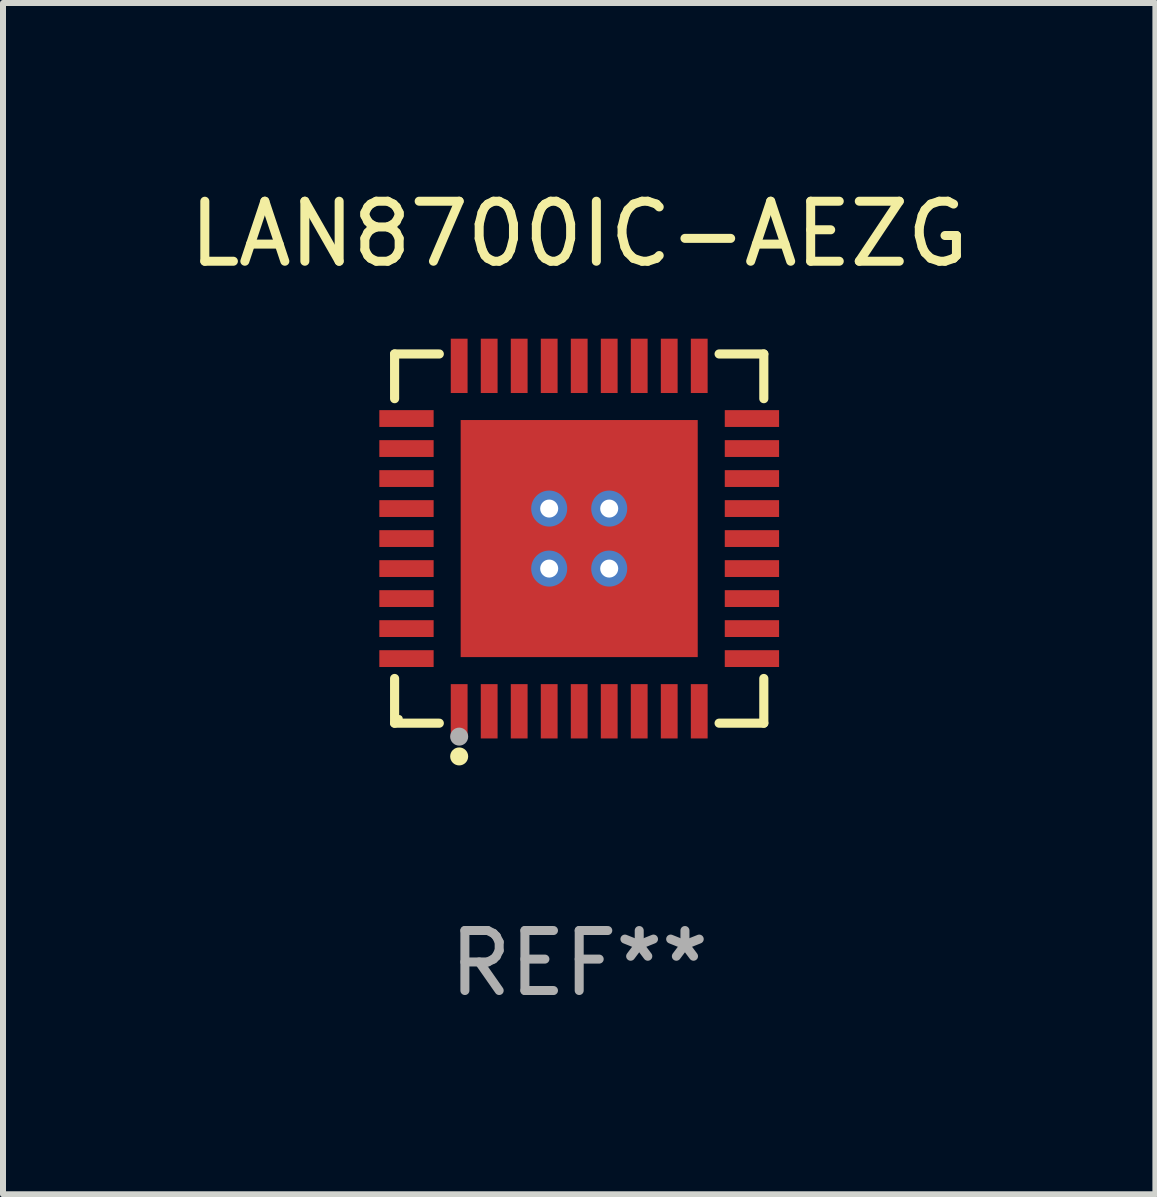
<source format=kicad_pcb>
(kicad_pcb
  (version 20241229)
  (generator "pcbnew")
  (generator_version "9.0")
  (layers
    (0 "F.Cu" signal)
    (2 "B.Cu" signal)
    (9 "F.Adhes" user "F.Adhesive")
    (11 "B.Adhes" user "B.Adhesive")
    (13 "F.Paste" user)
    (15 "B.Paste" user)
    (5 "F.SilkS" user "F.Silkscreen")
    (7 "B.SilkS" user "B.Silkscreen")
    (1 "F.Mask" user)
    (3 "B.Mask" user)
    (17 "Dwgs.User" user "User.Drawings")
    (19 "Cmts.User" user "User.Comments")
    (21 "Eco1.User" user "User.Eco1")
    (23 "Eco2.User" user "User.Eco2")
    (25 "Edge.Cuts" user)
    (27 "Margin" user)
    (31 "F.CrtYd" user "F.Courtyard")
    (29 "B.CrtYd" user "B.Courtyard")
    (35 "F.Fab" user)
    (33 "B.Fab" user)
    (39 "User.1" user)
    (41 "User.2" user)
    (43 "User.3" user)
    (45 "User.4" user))
  (footprint "LAN8700IC-AEZG"
    (layer "F.Cu")
    (at 6.601 5.924)
    (property "Reference" "LAN8700IC-AEZG" (at 0 -5.076 0) (layer "F.SilkS") (effects (font (size 1 1) (thickness 0.15))))
    (attr through_hole)
    (fp_line (start -3.076 -3.076) (end -2.331 -3.076) (stroke (width 0.152) (type solid)) (layer "F.SilkS"))
    (fp_line (start -3.076 -2.331) (end -3.076 -3.076) (stroke (width 0.152) (type solid)) (layer "F.SilkS"))
    (fp_line (start -3.076 2.331) (end -3.076 3.076) (stroke (width 0.152) (type solid)) (layer "F.SilkS"))
    (fp_line (start -3.076 3.076) (end -2.331 3.076) (stroke (width 0.152) (type solid)) (layer "F.SilkS"))
    (fp_line (start 3.076 -3.076) (end 2.331 -3.076) (stroke (width 0.152) (type solid)) (layer "F.SilkS"))
    (fp_line (start 3.076 -2.331) (end 3.076 -3.076) (stroke (width 0.152) (type solid)) (layer "F.SilkS"))
    (fp_line (start 3.076 2.331) (end 3.076 3.076) (stroke (width 0.152) (type solid)) (layer "F.SilkS"))
    (fp_line (start 3.076 3.076) (end 2.331 3.076) (stroke (width 0.152) (type solid)) (layer "F.SilkS"))
    (fp_circle (center -3 3) (end -2.97 3) (stroke (width 0.06) (type solid)) (fill no) (layer "F.SilkS"))
    (fp_circle (center -2 3.63) (end -1.925 3.63) (stroke (width 0.15) (type solid)) (fill no) (layer "F.SilkS"))
    (fp_circle (center -2 3.3) (end -1.925 3.3) (stroke (width 0.15) (type solid)) (fill no) (layer "F.Fab"))
    (fp_text user "REF**" (at 0 7.076 0) (layer "F.Fab") (effects (font (size 1 1) (thickness 0.15))))
    (pad "1" smd rect (at -2 2.878) (size 0.28 0.905) (layers "F.Cu" "F.Mask" "F.Paste"))
    (pad "2" smd rect (at -1.5 2.878) (size 0.28 0.905) (layers "F.Cu" "F.Mask" "F.Paste"))
    (pad "3" smd rect (at -1 2.878) (size 0.28 0.905) (layers "F.Cu" "F.Mask" "F.Paste"))
    (pad "4" smd rect (at -0.5 2.878) (size 0.28 0.905) (layers "F.Cu" "F.Mask" "F.Paste"))
    (pad "5" smd rect (at 0 2.878) (size 0.28 0.905) (layers "F.Cu" "F.Mask" "F.Paste"))
    (pad "6" smd rect (at 0.5 2.878) (size 0.28 0.905) (layers "F.Cu" "F.Mask" "F.Paste"))
    (pad "7" smd rect (at 1 2.878) (size 0.28 0.905) (layers "F.Cu" "F.Mask" "F.Paste"))
    (pad "8" smd rect (at 1.5 2.878) (size 0.28 0.905) (layers "F.Cu" "F.Mask" "F.Paste"))
    (pad "9" smd rect (at 2 2.878) (size 0.28 0.905) (layers "F.Cu" "F.Mask" "F.Paste"))
    (pad "10" smd rect (at 2.878 2) (size 0.905 0.28) (layers "F.Cu" "F.Mask" "F.Paste"))
    (pad "11" smd rect (at 2.878 1.5) (size 0.905 0.28) (layers "F.Cu" "F.Mask" "F.Paste"))
    (pad "12" smd rect (at 2.878 1) (size 0.905 0.28) (layers "F.Cu" "F.Mask" "F.Paste"))
    (pad "13" smd rect (at 2.878 0.5) (size 0.905 0.28) (layers "F.Cu" "F.Mask" "F.Paste"))
    (pad "14" smd rect (at 2.878 0) (size 0.905 0.28) (layers "F.Cu" "F.Mask" "F.Paste"))
    (pad "15" smd rect (at 2.878 -0.5) (size 0.905 0.28) (layers "F.Cu" "F.Mask" "F.Paste"))
    (pad "16" smd rect (at 2.878 -1) (size 0.905 0.28) (layers "F.Cu" "F.Mask" "F.Paste"))
    (pad "17" smd rect (at 2.878 -1.5) (size 0.905 0.28) (layers "F.Cu" "F.Mask" "F.Paste"))
    (pad "18" smd rect (at 2.878 -2) (size 0.905 0.28) (layers "F.Cu" "F.Mask" "F.Paste"))
    (pad "19" smd rect (at 2 -2.878) (size 0.28 0.905) (layers "F.Cu" "F.Mask" "F.Paste"))
    (pad "20" smd rect (at 1.5 -2.878) (size 0.28 0.905) (layers "F.Cu" "F.Mask" "F.Paste"))
    (pad "21" smd rect (at 1 -2.878) (size 0.28 0.905) (layers "F.Cu" "F.Mask" "F.Paste"))
    (pad "22" smd rect (at 0.5 -2.878) (size 0.28 0.905) (layers "F.Cu" "F.Mask" "F.Paste"))
    (pad "23" smd rect (at 0 -2.878) (size 0.28 0.905) (layers "F.Cu" "F.Mask" "F.Paste"))
    (pad "24" smd rect (at -0.5 -2.878) (size 0.28 0.905) (layers "F.Cu" "F.Mask" "F.Paste"))
    (pad "25" smd rect (at -1 -2.878) (size 0.28 0.905) (layers "F.Cu" "F.Mask" "F.Paste"))
    (pad "26" smd rect (at -1.5 -2.878) (size 0.28 0.905) (layers "F.Cu" "F.Mask" "F.Paste"))
    (pad "27" smd rect (at -2 -2.878) (size 0.28 0.905) (layers "F.Cu" "F.Mask" "F.Paste"))
    (pad "28" smd rect (at -2.878 -2) (size 0.905 0.28) (layers "F.Cu" "F.Mask" "F.Paste"))
    (pad "29" smd rect (at -2.878 -1.5) (size 0.905 0.28) (layers "F.Cu" "F.Mask" "F.Paste"))
    (pad "30" smd rect (at -2.878 -1) (size 0.905 0.28) (layers "F.Cu" "F.Mask" "F.Paste"))
    (pad "31" smd rect (at -2.878 -0.5) (size 0.905 0.28) (layers "F.Cu" "F.Mask" "F.Paste"))
    (pad "32" smd rect (at -2.878 0) (size 0.905 0.28) (layers "F.Cu" "F.Mask" "F.Paste"))
    (pad "33" smd rect (at -2.878 0.5) (size 0.905 0.28) (layers "F.Cu" "F.Mask" "F.Paste"))
    (pad "34" smd rect (at -2.878 1) (size 0.905 0.28) (layers "F.Cu" "F.Mask" "F.Paste"))
    (pad "35" smd rect (at -2.878 1.5) (size 0.905 0.28) (layers "F.Cu" "F.Mask" "F.Paste"))
    (pad "36" smd rect (at -2.878 2) (size 0.905 0.28) (layers "F.Cu" "F.Mask" "F.Paste"))
    (pad "37" thru_hole circle (at -0.5 -0.5) (size 0.6 0.6) (drill 0.3) (layers "*.Cu" "*.Mask"))
    (pad "37" thru_hole circle (at -0.5 0.5) (size 0.6 0.6) (drill 0.3) (layers "*.Cu" "*.Mask"))
    (pad "37" smd rect (at 0 0) (size 3.95 3.95) (layers "F.Cu" "F.Mask" "F.Paste"))
    (pad "37" thru_hole circle (at 0.5 -0.5) (size 0.6 0.6) (drill 0.3) (layers "*.Cu" "*.Mask"))
    (pad "37" thru_hole circle (at 0.5 0.5) (size 0.6 0.6) (drill 0.3) (layers "*.Cu" "*.Mask")))
  (gr_rect
    (start -3 -3)
    (end 16.202 16.849)
    (stroke (width 0.1) (type default))
    (fill no)
    (layer "Edge.Cuts")))
</source>
